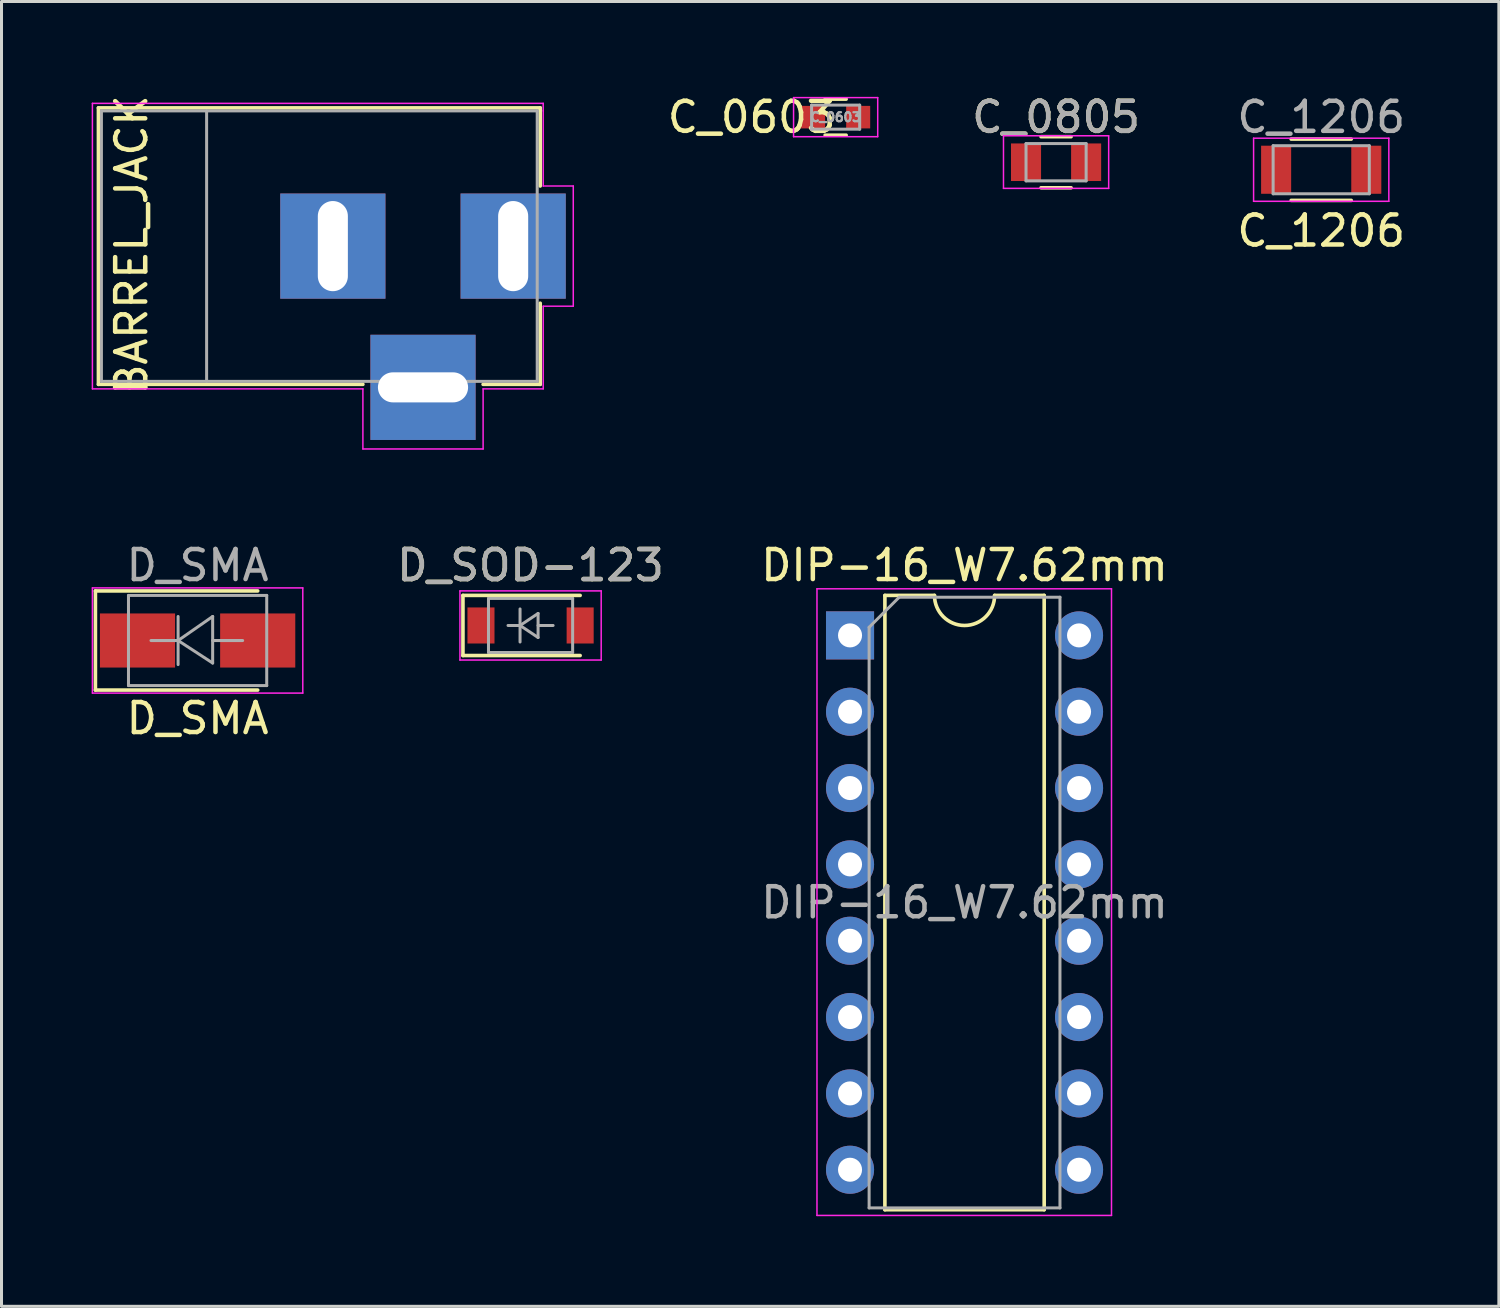
<source format=kicad_pcb>
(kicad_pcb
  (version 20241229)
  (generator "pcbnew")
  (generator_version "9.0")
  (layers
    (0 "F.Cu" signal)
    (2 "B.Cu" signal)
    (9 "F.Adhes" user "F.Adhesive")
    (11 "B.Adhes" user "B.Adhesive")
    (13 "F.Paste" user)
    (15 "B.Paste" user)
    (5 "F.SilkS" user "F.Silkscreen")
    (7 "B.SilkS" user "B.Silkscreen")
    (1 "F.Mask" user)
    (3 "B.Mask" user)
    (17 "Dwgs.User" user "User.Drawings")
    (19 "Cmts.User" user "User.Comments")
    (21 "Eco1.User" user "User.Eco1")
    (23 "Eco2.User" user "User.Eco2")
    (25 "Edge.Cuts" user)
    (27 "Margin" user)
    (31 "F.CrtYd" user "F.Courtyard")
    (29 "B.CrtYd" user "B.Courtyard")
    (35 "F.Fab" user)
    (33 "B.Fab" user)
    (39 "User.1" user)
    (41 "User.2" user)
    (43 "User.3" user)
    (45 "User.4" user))
  (footprint "DIP-16_W7.62mm"
    (layer "F.Cu")
    (at 25.234 18.092)
    (property "Reference" "DIP-16_W7.62mm" (at 3.81 -2.33 0) (layer "F.SilkS") (effects (font (size 1 1) (thickness 0.15))))
    (attr through_hole)
    (fp_line (start 1.16 -1.33) (end 1.16 19.11) (stroke (width 0.12) (type solid)) (layer "F.SilkS"))
    (fp_line (start 1.16 19.11) (end 6.46 19.11) (stroke (width 0.12) (type solid)) (layer "F.SilkS"))
    (fp_line (start 2.81 -1.33) (end 1.16 -1.33) (stroke (width 0.12) (type solid)) (layer "F.SilkS"))
    (fp_line (start 6.46 -1.33) (end 4.81 -1.33) (stroke (width 0.12) (type solid)) (layer "F.SilkS"))
    (fp_line (start 6.46 19.11) (end 6.46 -1.33) (stroke (width 0.12) (type solid)) (layer "F.SilkS"))
    (fp_arc (start 4.81 -1.33) (mid 3.81 -0.33) (end 2.81 -1.33) (stroke (width 0.12) (type solid)) (layer "F.SilkS"))
    (fp_line (start -1.1 -1.55) (end -1.1 19.3) (stroke (width 0.05) (type solid)) (layer "F.CrtYd"))
    (fp_line (start -1.1 19.3) (end 8.7 19.3) (stroke (width 0.05) (type solid)) (layer "F.CrtYd"))
    (fp_line (start 8.7 -1.55) (end -1.1 -1.55) (stroke (width 0.05) (type solid)) (layer "F.CrtYd"))
    (fp_line (start 8.7 19.3) (end 8.7 -1.55) (stroke (width 0.05) (type solid)) (layer "F.CrtYd"))
    (fp_line (start 0.635 -0.27) (end 1.635 -1.27) (stroke (width 0.1) (type solid)) (layer "F.Fab"))
    (fp_line (start 0.635 19.05) (end 0.635 -0.27) (stroke (width 0.1) (type solid)) (layer "F.Fab"))
    (fp_line (start 1.635 -1.27) (end 6.985 -1.27) (stroke (width 0.1) (type solid)) (layer "F.Fab"))
    (fp_line (start 6.985 -1.27) (end 6.985 19.05) (stroke (width 0.1) (type solid)) (layer "F.Fab"))
    (fp_line (start 6.985 19.05) (end 0.635 19.05) (stroke (width 0.1) (type solid)) (layer "F.Fab"))
    (fp_text user "${REFERENCE}" (at 3.81 8.89 0) (layer "F.Fab") (effects (font (size 1 1) (thickness 0.15))))
    (pad "1" thru_hole rect (at 0 0) (size 1.6 1.6) (drill 0.8) (layers "*.Cu" "*.Mask"))
    (pad "2" thru_hole oval (at 0 2.54) (size 1.6 1.6) (drill 0.8) (layers "*.Cu" "*.Mask"))
    (pad "3" thru_hole oval (at 0 5.08) (size 1.6 1.6) (drill 0.8) (layers "*.Cu" "*.Mask"))
    (pad "4" thru_hole oval (at 0 7.62) (size 1.6 1.6) (drill 0.8) (layers "*.Cu" "*.Mask"))
    (pad "5" thru_hole oval (at 0 10.16) (size 1.6 1.6) (drill 0.8) (layers "*.Cu" "*.Mask"))
    (pad "6" thru_hole oval (at 0 12.7) (size 1.6 1.6) (drill 0.8) (layers "*.Cu" "*.Mask"))
    (pad "7" thru_hole oval (at 0 15.24) (size 1.6 1.6) (drill 0.8) (layers "*.Cu" "*.Mask"))
    (pad "8" thru_hole oval (at 0 17.78) (size 1.6 1.6) (drill 0.8) (layers "*.Cu" "*.Mask"))
    (pad "9" thru_hole oval (at 7.62 17.78) (size 1.6 1.6) (drill 0.8) (layers "*.Cu" "*.Mask"))
    (pad "10" thru_hole oval (at 7.62 15.24) (size 1.6 1.6) (drill 0.8) (layers "*.Cu" "*.Mask"))
    (pad "11" thru_hole oval (at 7.62 12.7) (size 1.6 1.6) (drill 0.8) (layers "*.Cu" "*.Mask"))
    (pad "12" thru_hole oval (at 7.62 10.16) (size 1.6 1.6) (drill 0.8) (layers "*.Cu" "*.Mask"))
    (pad "13" thru_hole oval (at 7.62 7.62) (size 1.6 1.6) (drill 0.8) (layers "*.Cu" "*.Mask"))
    (pad "14" thru_hole oval (at 7.62 5.08) (size 1.6 1.6) (drill 0.8) (layers "*.Cu" "*.Mask"))
    (pad "15" thru_hole oval (at 7.62 2.54) (size 1.6 1.6) (drill 0.8) (layers "*.Cu" "*.Mask"))
    (pad "16" thru_hole oval (at 7.62 0) (size 1.6 1.6) (drill 0.8) (layers "*.Cu" "*.Mask")))
  (footprint "D_SOD-123"
    (layer "F.Cu")
    (at 14.604 17.762)
    (property "Reference" "D_SOD-123" (at 0 -2 0) (layer "F.SilkS") (effects (font (size 1 1) (thickness 0.15))))
    (attr smd)
    (fp_line (start -2.25 -1) (end -2.25 1) (stroke (width 0.12) (type solid)) (layer "F.SilkS"))
    (fp_line (start -2.25 -1) (end 1.65 -1) (stroke (width 0.12) (type solid)) (layer "F.SilkS"))
    (fp_line (start -2.25 1) (end 1.65 1) (stroke (width 0.12) (type solid)) (layer "F.SilkS"))
    (fp_line (start -2.35 -1.15) (end -2.35 1.15) (stroke (width 0.05) (type solid)) (layer "F.CrtYd"))
    (fp_line (start -2.35 -1.15) (end 2.35 -1.15) (stroke (width 0.05) (type solid)) (layer "F.CrtYd"))
    (fp_line (start 2.35 -1.15) (end 2.35 1.15) (stroke (width 0.05) (type solid)) (layer "F.CrtYd"))
    (fp_line (start 2.35 1.15) (end -2.35 1.15) (stroke (width 0.05) (type solid)) (layer "F.CrtYd"))
    (fp_line (start -1.4 -0.9) (end 1.4 -0.9) (stroke (width 0.1) (type solid)) (layer "F.Fab"))
    (fp_line (start -1.4 0.9) (end -1.4 -0.9) (stroke (width 0.1) (type solid)) (layer "F.Fab"))
    (fp_line (start -0.75 0) (end -0.35 0) (stroke (width 0.1) (type solid)) (layer "F.Fab"))
    (fp_line (start -0.35 0) (end -0.35 -0.55) (stroke (width 0.1) (type solid)) (layer "F.Fab"))
    (fp_line (start -0.35 0) (end -0.35 0.55) (stroke (width 0.1) (type solid)) (layer "F.Fab"))
    (fp_line (start -0.35 0) (end 0.25 -0.4) (stroke (width 0.1) (type solid)) (layer "F.Fab"))
    (fp_line (start 0.25 -0.4) (end 0.25 0.4) (stroke (width 0.1) (type solid)) (layer "F.Fab"))
    (fp_line (start 0.25 0) (end 0.75 0) (stroke (width 0.1) (type solid)) (layer "F.Fab"))
    (fp_line (start 0.25 0.4) (end -0.35 0) (stroke (width 0.1) (type solid)) (layer "F.Fab"))
    (fp_line (start 1.4 -0.9) (end 1.4 0.9) (stroke (width 0.1) (type solid)) (layer "F.Fab"))
    (fp_line (start 1.4 0.9) (end -1.4 0.9) (stroke (width 0.1) (type solid)) (layer "F.Fab"))
    (fp_text user "${REFERENCE}" (at 0 -2 0) (layer "F.Fab") (effects (font (size 1 1) (thickness 0.15))))
    (pad "1" smd rect (at -1.65 0) (size 0.9 1.2) (layers "F.Cu" "F.Mask" "F.Paste"))
    (pad "2" smd rect (at 1.65 0) (size 0.9 1.2) (layers "F.Cu" "F.Mask" "F.Paste")))
  (footprint "C_0603"
    (layer "F.Cu")
    (at 24.755 0.848)
    (property "Reference" "C_0603" (at -2.794 0 0) (layer "F.SilkS") (effects (font (size 1 1) (thickness 0.15))))
    (attr smd)
    (fp_line (start -0.35 -0.6) (end 0.35 -0.6) (stroke (width 0.12) (type solid)) (layer "F.SilkS"))
    (fp_line (start 0.35 0.6) (end -0.35 0.6) (stroke (width 0.12) (type solid)) (layer "F.SilkS"))
    (fp_line (start -1.4 -0.65) (end -1.4 0.65) (stroke (width 0.05) (type solid)) (layer "F.CrtYd"))
    (fp_line (start -1.4 -0.65) (end 1.4 -0.65) (stroke (width 0.05) (type solid)) (layer "F.CrtYd"))
    (fp_line (start 1.4 0.65) (end -1.4 0.65) (stroke (width 0.05) (type solid)) (layer "F.CrtYd"))
    (fp_line (start 1.4 0.65) (end 1.4 -0.65) (stroke (width 0.05) (type solid)) (layer "F.CrtYd"))
    (fp_line (start -0.8 -0.4) (end 0.8 -0.4) (stroke (width 0.1) (type solid)) (layer "F.Fab"))
    (fp_line (start -0.8 0.4) (end -0.8 -0.4) (stroke (width 0.1) (type solid)) (layer "F.Fab"))
    (fp_line (start 0.8 -0.4) (end 0.8 0.4) (stroke (width 0.1) (type solid)) (layer "F.Fab"))
    (fp_line (start 0.8 0.4) (end -0.8 0.4) (stroke (width 0.1) (type solid)) (layer "F.Fab"))
    (fp_text user "${REFERENCE}" (at 0 0 0) (layer "F.Fab") (effects (font (size 0.3 0.3) (thickness 0.075))))
    (pad "1" smd rect (at -0.75 0) (size 0.8 0.75) (layers "F.Cu" "F.Mask" "F.Paste"))
    (pad "2" smd rect (at 0.75 0) (size 0.8 0.75) (layers "F.Cu" "F.Mask" "F.Paste")))
  (footprint "C_1206"
    (layer "F.Cu")
    (at 40.912 2.598)
    (property "Reference" "C_1206" (at 0 2.032 0) (layer "F.SilkS") (effects (font (size 1 1) (thickness 0.15))))
    (attr smd)
    (fp_line (start -1 1.02) (end 1 1.02) (stroke (width 0.12) (type solid)) (layer "F.SilkS"))
    (fp_line (start 1 -1.02) (end -1 -1.02) (stroke (width 0.12) (type solid)) (layer "F.SilkS"))
    (fp_line (start -2.25 -1.05) (end -2.25 1.05) (stroke (width 0.05) (type solid)) (layer "F.CrtYd"))
    (fp_line (start -2.25 -1.05) (end 2.25 -1.05) (stroke (width 0.05) (type solid)) (layer "F.CrtYd"))
    (fp_line (start 2.25 1.05) (end -2.25 1.05) (stroke (width 0.05) (type solid)) (layer "F.CrtYd"))
    (fp_line (start 2.25 1.05) (end 2.25 -1.05) (stroke (width 0.05) (type solid)) (layer "F.CrtYd"))
    (fp_line (start -1.6 -0.8) (end 1.6 -0.8) (stroke (width 0.1) (type solid)) (layer "F.Fab"))
    (fp_line (start -1.6 0.8) (end -1.6 -0.8) (stroke (width 0.1) (type solid)) (layer "F.Fab"))
    (fp_line (start 1.6 -0.8) (end 1.6 0.8) (stroke (width 0.1) (type solid)) (layer "F.Fab"))
    (fp_line (start 1.6 0.8) (end -1.6 0.8) (stroke (width 0.1) (type solid)) (layer "F.Fab"))
    (fp_text user "${REFERENCE}" (at 0 -1.75 0) (layer "F.Fab") (effects (font (size 1 1) (thickness 0.15))))
    (pad "1" smd rect (at -1.5 0) (size 1 1.6) (layers "F.Cu" "F.Mask" "F.Paste"))
    (pad "2" smd rect (at 1.5 0) (size 1 1.6) (layers "F.Cu" "F.Mask" "F.Paste")))
  (footprint "D_SMA"
    (layer "F.Cu")
    (at 3.525 18.262)
    (property "Reference" "D_SMA" (at 0 2.591 0) (layer "F.SilkS") (effects (font (size 1 1) (thickness 0.15))))
    (attr smd)
    (fp_line (start -3.4 -1.65) (end -3.4 1.65) (stroke (width 0.12) (type solid)) (layer "F.SilkS"))
    (fp_line (start -3.4 -1.65) (end 2 -1.65) (stroke (width 0.12) (type solid)) (layer "F.SilkS"))
    (fp_line (start -3.4 1.65) (end 2 1.65) (stroke (width 0.12) (type solid)) (layer "F.SilkS"))
    (fp_line (start -3.5 -1.75) (end 3.5 -1.75) (stroke (width 0.05) (type solid)) (layer "F.CrtYd"))
    (fp_line (start -3.5 1.75) (end -3.5 -1.75) (stroke (width 0.05) (type solid)) (layer "F.CrtYd"))
    (fp_line (start 3.5 -1.75) (end 3.5 1.75) (stroke (width 0.05) (type solid)) (layer "F.CrtYd"))
    (fp_line (start 3.5 1.75) (end -3.5 1.75) (stroke (width 0.05) (type solid)) (layer "F.CrtYd"))
    (fp_line (start -2.3 1.5) (end -2.3 -1.5) (stroke (width 0.1) (type solid)) (layer "F.Fab"))
    (fp_line (start -0.649 -0.799) (end -0.649 0.801) (stroke (width 0.1) (type solid)) (layer "F.Fab"))
    (fp_line (start -0.649 0.001) (end -1.551 0.001) (stroke (width 0.1) (type solid)) (layer "F.Fab"))
    (fp_line (start -0.649 0.001) (end 0.501 -0.799) (stroke (width 0.1) (type solid)) (layer "F.Fab"))
    (fp_line (start -0.649 0.001) (end 0.501 0.75) (stroke (width 0.1) (type solid)) (layer "F.Fab"))
    (fp_line (start 0.501 0.001) (end 1.499 0.001) (stroke (width 0.1) (type solid)) (layer "F.Fab"))
    (fp_line (start 0.501 0.75) (end 0.501 -0.799) (stroke (width 0.1) (type solid)) (layer "F.Fab"))
    (fp_line (start 2.3 -1.5) (end -2.3 -1.5) (stroke (width 0.1) (type solid)) (layer "F.Fab"))
    (fp_line (start 2.3 -1.5) (end 2.3 1.5) (stroke (width 0.1) (type solid)) (layer "F.Fab"))
    (fp_line (start 2.3 1.5) (end -2.3 1.5) (stroke (width 0.1) (type solid)) (layer "F.Fab"))
    (fp_text user "${REFERENCE}" (at 0 -2.5 0) (layer "F.Fab") (effects (font (size 1 1) (thickness 0.15))))
    (pad "1" smd rect (at -2 0) (size 2.5 1.8) (layers "F.Cu" "F.Mask" "F.Paste"))
    (pad "2" smd rect (at 2 0) (size 2.5 1.8) (layers "F.Cu" "F.Mask" "F.Paste")))
  (footprint "C_0805"
    (layer "F.Cu")
    (at 32.09 2.348)
    (property "Reference" "C_0805" (at 0 -1.5 0) (layer "F.SilkS") (effects (font (size 1 1) (thickness 0.15))))
    (attr smd)
    (fp_line (start -0.5 0.85) (end 0.5 0.85) (stroke (width 0.12) (type solid)) (layer "F.SilkS"))
    (fp_line (start 0.5 -0.85) (end -0.5 -0.85) (stroke (width 0.12) (type solid)) (layer "F.SilkS"))
    (fp_line (start -1.75 -0.88) (end -1.75 0.87) (stroke (width 0.05) (type solid)) (layer "F.CrtYd"))
    (fp_line (start -1.75 -0.88) (end 1.75 -0.88) (stroke (width 0.05) (type solid)) (layer "F.CrtYd"))
    (fp_line (start 1.75 0.87) (end -1.75 0.87) (stroke (width 0.05) (type solid)) (layer "F.CrtYd"))
    (fp_line (start 1.75 0.87) (end 1.75 -0.88) (stroke (width 0.05) (type solid)) (layer "F.CrtYd"))
    (fp_line (start -1 -0.62) (end 1 -0.62) (stroke (width 0.1) (type solid)) (layer "F.Fab"))
    (fp_line (start -1 0.62) (end -1 -0.62) (stroke (width 0.1) (type solid)) (layer "F.Fab"))
    (fp_line (start 1 -0.62) (end 1 0.62) (stroke (width 0.1) (type solid)) (layer "F.Fab"))
    (fp_line (start 1 0.62) (end -1 0.62) (stroke (width 0.1) (type solid)) (layer "F.Fab"))
    (fp_text user "${REFERENCE}" (at 0 -1.5 0) (layer "F.Fab") (effects (font (size 1 1) (thickness 0.15))))
    (pad "1" smd rect (at -1 0) (size 1 1.25) (layers "F.Cu" "F.Mask" "F.Paste"))
    (pad "2" smd rect (at 1 0) (size 1 1.25) (layers "F.Cu" "F.Mask" "F.Paste")))
  (footprint "BARREL_JACK"
    (layer "F.Cu")
    (at 14.025 5.139)
    (property "Reference" "BARREL_JACK" (at -12.698 -0.038 270) (layer "F.SilkS") (effects (font (size 1 1) (thickness 0.15))))
    (attr through_hole)
    (fp_line (start -13.8 -4.6) (end 0.9 -4.6) (stroke (width 0.12) (type solid)) (layer "F.SilkS"))
    (fp_line (start -13.8 4.6) (end -13.8 -4.6) (stroke (width 0.12) (type solid)) (layer "F.SilkS"))
    (fp_line (start -5 4.6) (end -13.8 4.6) (stroke (width 0.12) (type solid)) (layer "F.SilkS"))
    (fp_line (start 0.9 -4.6) (end 0.9 -2) (stroke (width 0.12) (type solid)) (layer "F.SilkS"))
    (fp_line (start 0.9 1.9) (end 0.9 4.6) (stroke (width 0.12) (type solid)) (layer "F.SilkS"))
    (fp_line (start 0.9 4.6) (end -1 4.6) (stroke (width 0.12) (type solid)) (layer "F.SilkS"))
    (fp_line (start -14 4.75) (end -14 -4.75) (stroke (width 0.05) (type solid)) (layer "F.CrtYd"))
    (fp_line (start -5 4.75) (end -14 4.75) (stroke (width 0.05) (type solid)) (layer "F.CrtYd"))
    (fp_line (start -5 6.75) (end -5 4.75) (stroke (width 0.05) (type solid)) (layer "F.CrtYd"))
    (fp_line (start -1 4.75) (end -1 6.75) (stroke (width 0.05) (type solid)) (layer "F.CrtYd"))
    (fp_line (start -1 6.75) (end -5 6.75) (stroke (width 0.05) (type solid)) (layer "F.CrtYd"))
    (fp_line (start 1 -4.75) (end -14 -4.75) (stroke (width 0.05) (type solid)) (layer "F.CrtYd"))
    (fp_line (start 1 -4.5) (end 1 -4.75) (stroke (width 0.05) (type solid)) (layer "F.CrtYd"))
    (fp_line (start 1 -4.5) (end 1 -2) (stroke (width 0.05) (type solid)) (layer "F.CrtYd"))
    (fp_line (start 1 -2) (end 2 -2) (stroke (width 0.05) (type solid)) (layer "F.CrtYd"))
    (fp_line (start 1 2) (end 1 4.75) (stroke (width 0.05) (type solid)) (layer "F.CrtYd"))
    (fp_line (start 1 4.75) (end -1 4.75) (stroke (width 0.05) (type solid)) (layer "F.CrtYd"))
    (fp_line (start 2 -2) (end 2 2) (stroke (width 0.05) (type solid)) (layer "F.CrtYd"))
    (fp_line (start 2 2) (end 1 2) (stroke (width 0.05) (type solid)) (layer "F.CrtYd"))
    (fp_line (start -13.7 -4.5) (end -13.7 4.5) (stroke (width 0.1) (type solid)) (layer "F.Fab"))
    (fp_line (start -13.7 4.5) (end 0.8 4.5) (stroke (width 0.1) (type solid)) (layer "F.Fab"))
    (fp_line (start -10.2 -4.5) (end -10.2 4.5) (stroke (width 0.1) (type solid)) (layer "F.Fab"))
    (fp_line (start 0.8 -4.5) (end -13.7 -4.5) (stroke (width 0.1) (type solid)) (layer "F.Fab"))
    (fp_line (start 0.8 4.5) (end 0.8 -4.5) (stroke (width 0.1) (type solid)) (layer "F.Fab"))
    (pad "1" thru_hole rect (at 0 0) (size 3.5 3.5) (drill oval 1 3) (layers "*.Cu" "*.Mask"))
    (pad "2" thru_hole rect (at -6 0) (size 3.5 3.5) (drill oval 1 3) (layers "*.Cu" "*.Mask"))
    (pad "3" thru_hole rect (at -3 4.7) (size 3.5 3.5) (drill oval 3 1) (layers "*.Cu" "*.Mask")))
  (gr_rect
    (start -3 -3)
    (end 46.823 40.417)
    (stroke (width 0.1) (type default))
    (fill no)
    (layer "Edge.Cuts")))
</source>
